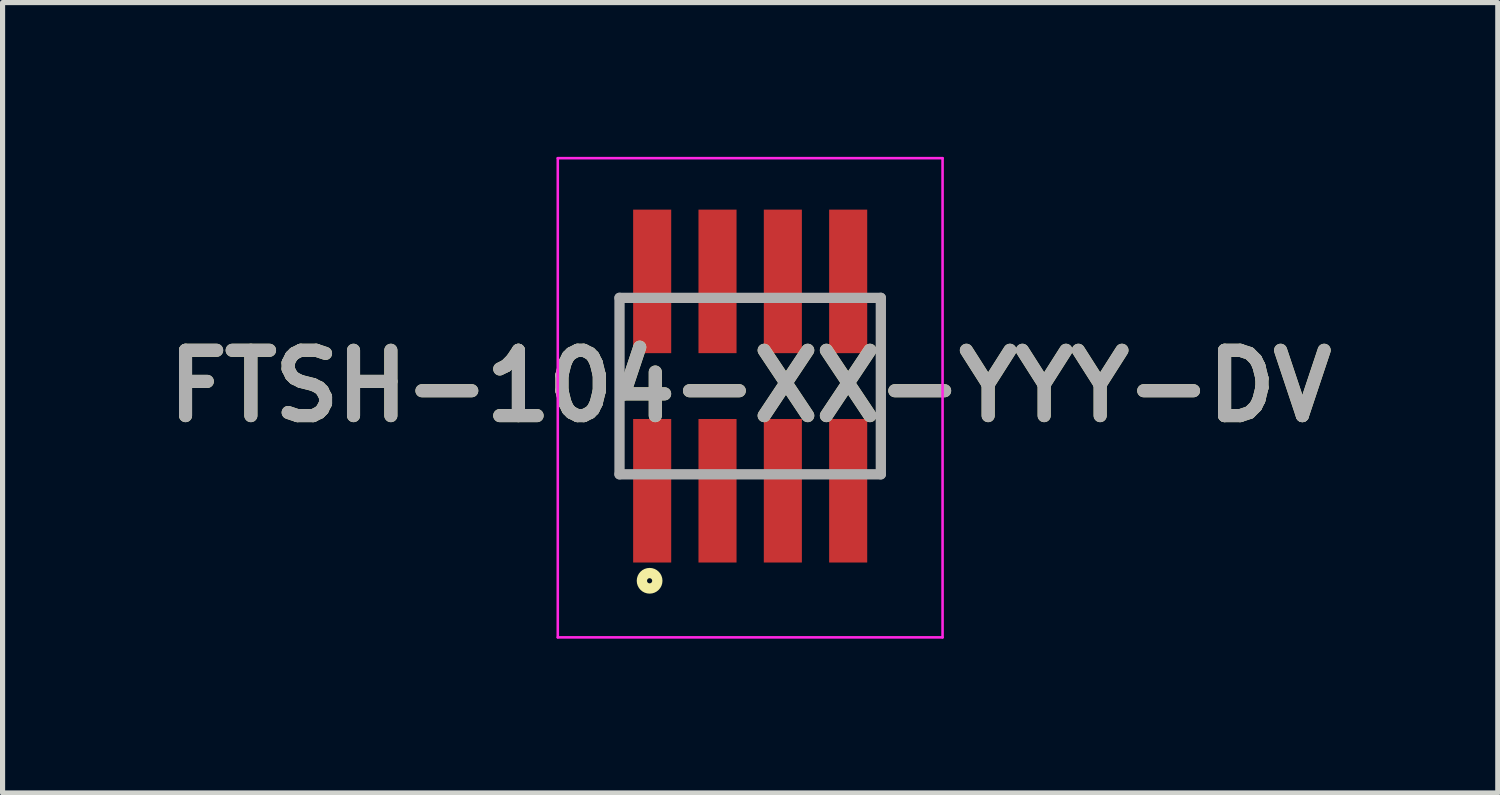
<source format=kicad_pcb>
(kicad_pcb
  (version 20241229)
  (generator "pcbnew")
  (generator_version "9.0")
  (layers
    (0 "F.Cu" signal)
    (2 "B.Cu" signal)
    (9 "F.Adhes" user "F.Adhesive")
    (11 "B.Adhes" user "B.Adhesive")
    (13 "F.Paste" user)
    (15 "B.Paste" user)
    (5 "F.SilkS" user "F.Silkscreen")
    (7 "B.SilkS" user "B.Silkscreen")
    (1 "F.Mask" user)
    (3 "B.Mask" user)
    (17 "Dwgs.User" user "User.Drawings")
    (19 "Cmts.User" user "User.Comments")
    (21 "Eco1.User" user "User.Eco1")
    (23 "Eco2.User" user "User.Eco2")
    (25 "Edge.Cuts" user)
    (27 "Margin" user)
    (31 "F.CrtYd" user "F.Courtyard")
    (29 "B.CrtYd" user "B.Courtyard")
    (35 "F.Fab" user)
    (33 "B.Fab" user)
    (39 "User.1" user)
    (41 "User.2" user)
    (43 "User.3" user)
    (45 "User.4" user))
  (footprint "FTSH-104-XX-YYY-DV"
    (layer "F.Cu")
    (at 11.533 4.455)
    (property "Reference" "FTSH-104-XX-YYY-DV" (at 0 0 0) (layer "F.SilkS") (effects (font (size 1.27 1.27) (thickness 0.254))))
    (attr smd)
    (fp_line (start -2.54 1.715) (end -2.54 -1.715) (stroke (width 0.1) (type solid)) (layer "F.SilkS"))
    (fp_line (start 2.54 -1.715) (end 2.54 1.715) (stroke (width 0.1) (type solid)) (layer "F.SilkS"))
    (fp_circle (center -1.955 3.785) (end -1.955 3.835) (stroke (width 0.2) (type solid)) (fill no) (layer "F.SilkS"))
    (fp_line (start -3.74 -4.43) (end 3.74 -4.43) (stroke (width 0.05) (type solid)) (layer "F.CrtYd"))
    (fp_line (start -3.74 4.885) (end -3.74 -4.43) (stroke (width 0.05) (type solid)) (layer "F.CrtYd"))
    (fp_line (start 3.74 -4.43) (end 3.74 4.885) (stroke (width 0.05) (type solid)) (layer "F.CrtYd"))
    (fp_line (start 3.74 4.885) (end -3.74 4.885) (stroke (width 0.05) (type solid)) (layer "F.CrtYd"))
    (fp_line (start -2.54 -1.715) (end 2.54 -1.715) (stroke (width 0.2) (type solid)) (layer "F.Fab"))
    (fp_line (start -2.54 1.715) (end -2.54 -1.715) (stroke (width 0.2) (type solid)) (layer "F.Fab"))
    (fp_line (start 2.54 -1.715) (end 2.54 1.715) (stroke (width 0.2) (type solid)) (layer "F.Fab"))
    (fp_line (start 2.54 1.715) (end -2.54 1.715) (stroke (width 0.2) (type solid)) (layer "F.Fab"))
    (fp_text user "${REFERENCE}" (at 0 0 0) (layer "F.Fab") (effects (font (size 1.27 1.27) (thickness 0.254))))
    (pad "1" smd rect (at -1.905 2.035) (size 0.74 2.79) (layers "F.Cu" "F.Mask" "F.Paste"))
    (pad "2" smd rect (at -1.905 -2.035) (size 0.74 2.79) (layers "F.Cu" "F.Mask" "F.Paste"))
    (pad "3" smd rect (at -0.635 2.035) (size 0.74 2.79) (layers "F.Cu" "F.Mask" "F.Paste"))
    (pad "4" smd rect (at -0.635 -2.035) (size 0.74 2.79) (layers "F.Cu" "F.Mask" "F.Paste"))
    (pad "5" smd rect (at 0.635 2.035) (size 0.74 2.79) (layers "F.Cu" "F.Mask" "F.Paste"))
    (pad "6" smd rect (at 0.635 -2.035) (size 0.74 2.79) (layers "F.Cu" "F.Mask" "F.Paste"))
    (pad "7" smd rect (at 1.905 2.035) (size 0.74 2.79) (layers "F.Cu" "F.Mask" "F.Paste"))
    (pad "8" smd rect (at 1.905 -2.035) (size 0.74 2.79) (layers "F.Cu" "F.Mask" "F.Paste")))
  (gr_rect
    (start -3 -3)
    (end 26.066 12.365)
    (stroke (width 0.1) (type default))
    (fill no)
    (layer "Edge.Cuts")))
</source>
